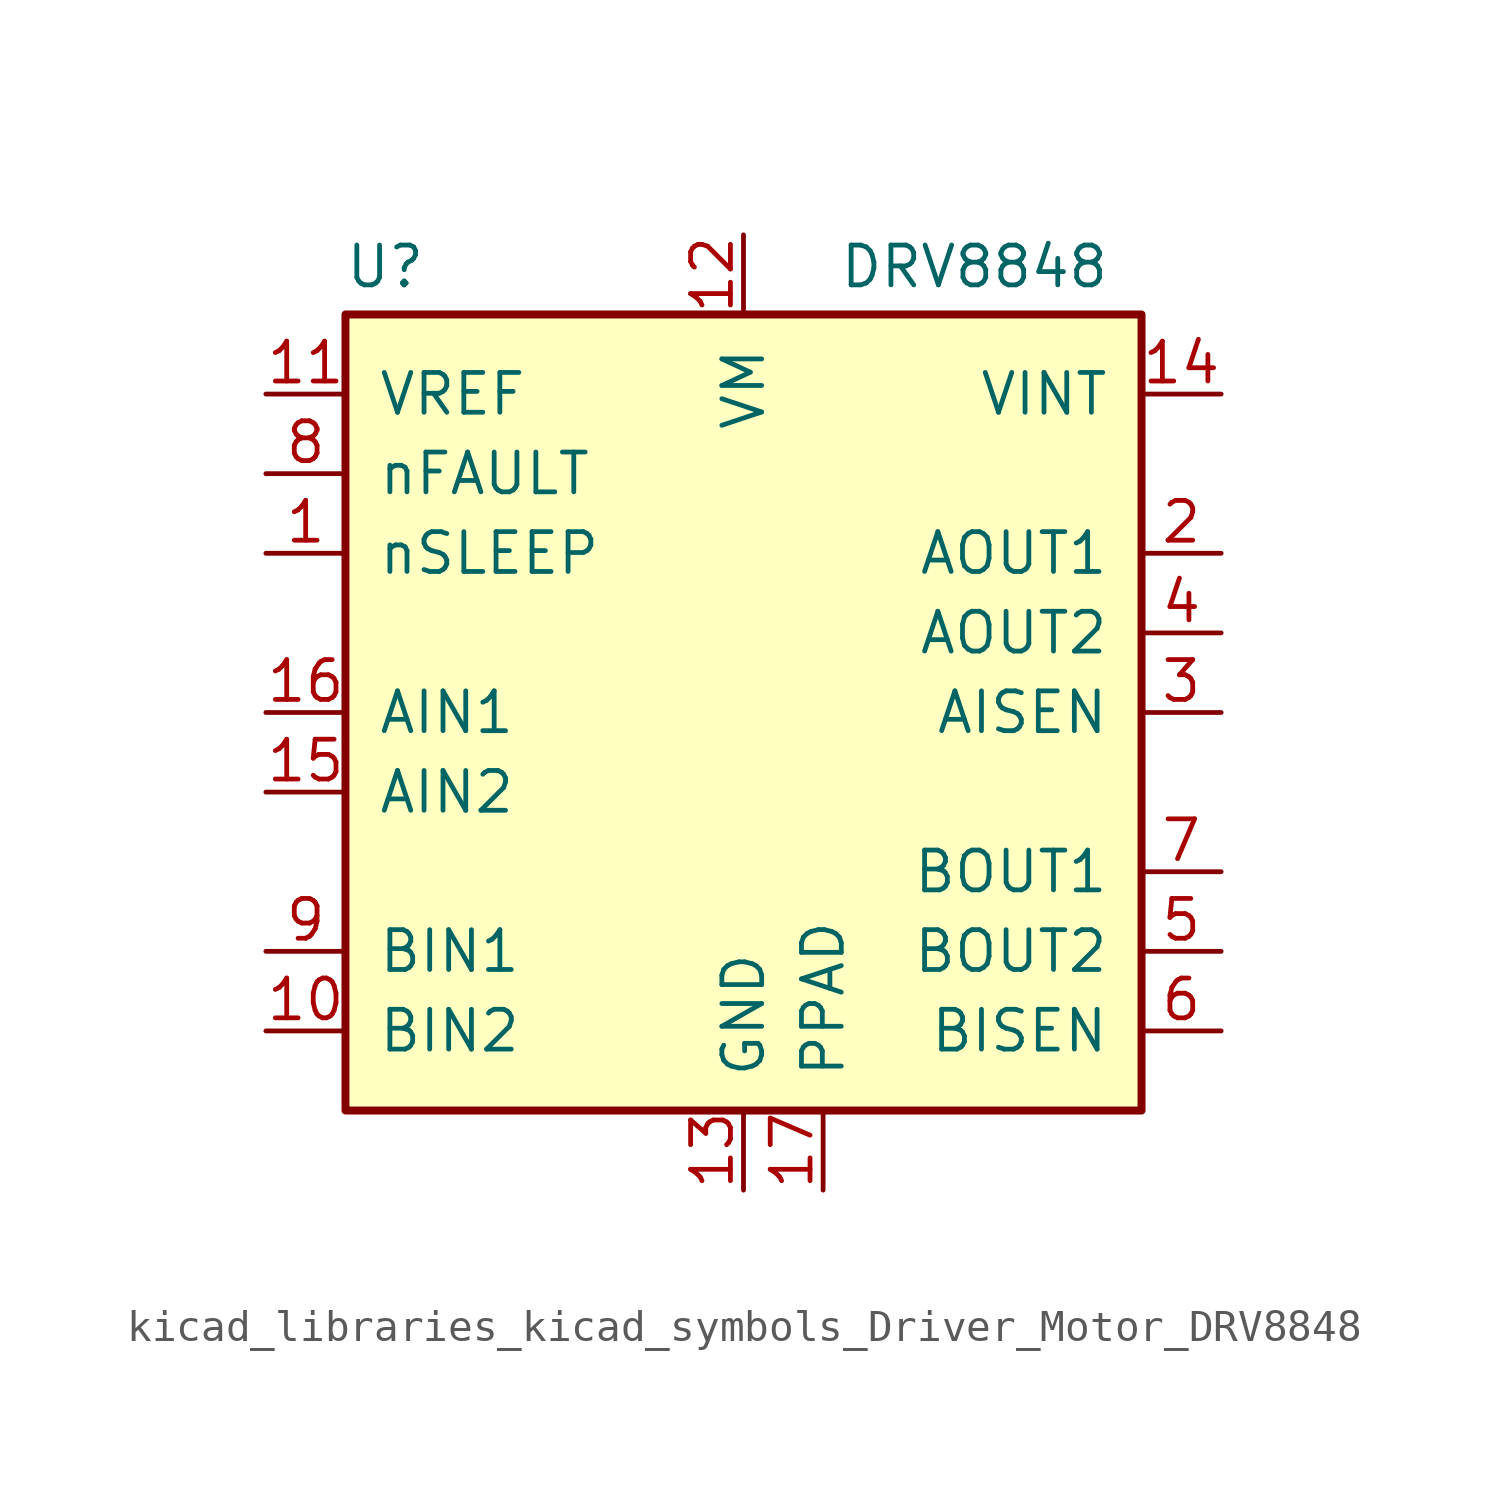
<source format=kicad_sym>
(kicad_symbol_lib
  (version 20220914)
  (generator kicad_symbol_editor)
  (symbol "kicad_libraries_kicad_symbols_Driver_Motor_DRV8848"
    (pin_names
      (offset 1.016))
    (property "Reference" "U"
      (at -11.43 14.224 0)
      (effects (font (size 1.27 1.27))))
    (property "Value" "DRV8848"
      (at 7.366 14.224 0)
      (effects (font (size 1.27 1.27))))
    (symbol "kicad_libraries_kicad_symbols_Driver_Motor_DRV8848_0_1"
      (rectangle (start -12.7 12.7) (end 12.7 -12.7) (stroke (width 0.254) (type default)) (fill (type background))))
    (symbol "kicad_libraries_kicad_symbols_Driver_Motor_DRV8848_1_1"
      (pin input line (at -15.24 5.08 0) (length 2.54) (name "nSLEEP" (effects (font (size 1.27 1.27)))) (number "1" (effects (font (size 1.27 1.27)))))
      (pin input line (at -15.24 -10.16 0) (length 2.54) (name "BIN2" (effects (font (size 1.27 1.27)))) (number "10" (effects (font (size 1.27 1.27)))))
      (pin input line (at -15.24 10.16 0) (length 2.54) (name "VREF" (effects (font (size 1.27 1.27)))) (number "11" (effects (font (size 1.27 1.27)))))
      (pin power_in line (at 0 15.24 270) (length 2.54) (name "VM" (effects (font (size 1.27 1.27)))) (number "12" (effects (font (size 1.27 1.27)))))
      (pin power_in line (at 0 -15.24 90) (length 2.54) (name "GND" (effects (font (size 1.27 1.27)))) (number "13" (effects (font (size 1.27 1.27)))))
      (pin passive line (at 15.24 10.16 180) (length 2.54) (name "VINT" (effects (font (size 1.27 1.27)))) (number "14" (effects (font (size 1.27 1.27)))))
      (pin input line (at -15.24 -2.54 0) (length 2.54) (name "AIN2" (effects (font (size 1.27 1.27)))) (number "15" (effects (font (size 1.27 1.27)))))
      (pin input line (at -15.24 0 0) (length 2.54) (name "AIN1" (effects (font (size 1.27 1.27)))) (number "16" (effects (font (size 1.27 1.27)))))
      (pin power_in line (at 2.54 -15.24 90) (length 2.54) (name "PPAD" (effects (font (size 1.27 1.27)))) (number "17" (effects (font (size 1.27 1.27)))))
      (pin output line (at 15.24 5.08 180) (length 2.54) (name "AOUT1" (effects (font (size 1.27 1.27)))) (number "2" (effects (font (size 1.27 1.27)))))
      (pin passive line (at 15.24 0 180) (length 2.54) (name "AISEN" (effects (font (size 1.27 1.27)))) (number "3" (effects (font (size 1.27 1.27)))))
      (pin output line (at 15.24 2.54 180) (length 2.54) (name "AOUT2" (effects (font (size 1.27 1.27)))) (number "4" (effects (font (size 1.27 1.27)))))
      (pin output line (at 15.24 -7.62 180) (length 2.54) (name "BOUT2" (effects (font (size 1.27 1.27)))) (number "5" (effects (font (size 1.27 1.27)))))
      (pin passive line (at 15.24 -10.16 180) (length 2.54) (name "BISEN" (effects (font (size 1.27 1.27)))) (number "6" (effects (font (size 1.27 1.27)))))
      (pin output line (at 15.24 -5.08 180) (length 2.54) (name "BOUT1" (effects (font (size 1.27 1.27)))) (number "7" (effects (font (size 1.27 1.27)))))
      (pin open_collector line (at -15.24 7.62 0) (length 2.54) (name "nFAULT" (effects (font (size 1.27 1.27)))) (number "8" (effects (font (size 1.27 1.27)))))
      (pin input line (at -15.24 -7.62 0) (length 2.54) (name "BIN1" (effects (font (size 1.27 1.27)))) (number "9" (effects (font (size 1.27 1.27))))))))
</source>
